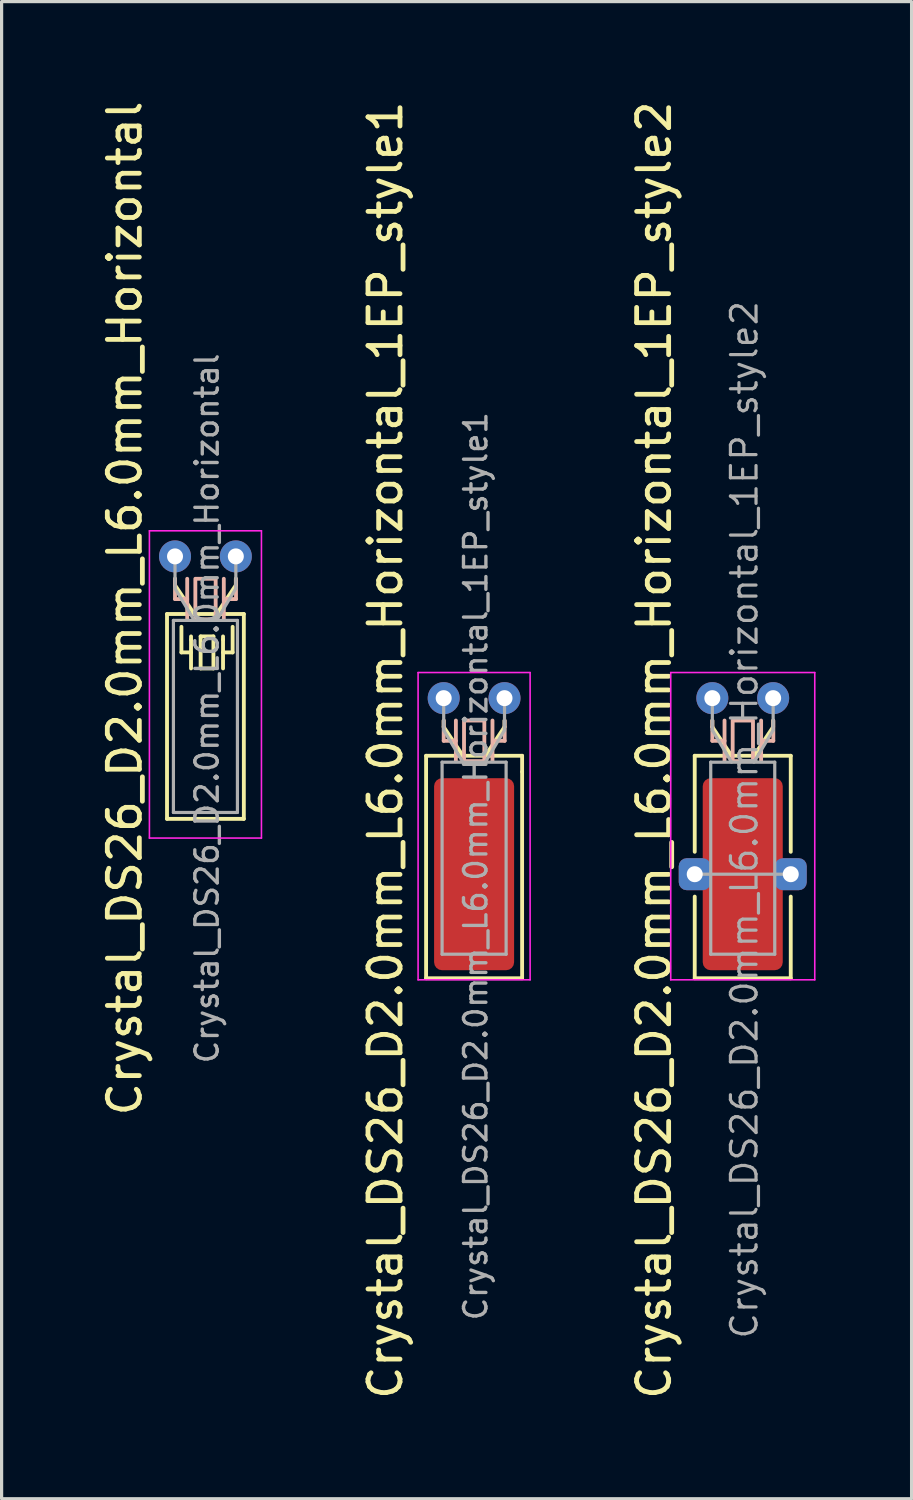
<source format=kicad_pcb>
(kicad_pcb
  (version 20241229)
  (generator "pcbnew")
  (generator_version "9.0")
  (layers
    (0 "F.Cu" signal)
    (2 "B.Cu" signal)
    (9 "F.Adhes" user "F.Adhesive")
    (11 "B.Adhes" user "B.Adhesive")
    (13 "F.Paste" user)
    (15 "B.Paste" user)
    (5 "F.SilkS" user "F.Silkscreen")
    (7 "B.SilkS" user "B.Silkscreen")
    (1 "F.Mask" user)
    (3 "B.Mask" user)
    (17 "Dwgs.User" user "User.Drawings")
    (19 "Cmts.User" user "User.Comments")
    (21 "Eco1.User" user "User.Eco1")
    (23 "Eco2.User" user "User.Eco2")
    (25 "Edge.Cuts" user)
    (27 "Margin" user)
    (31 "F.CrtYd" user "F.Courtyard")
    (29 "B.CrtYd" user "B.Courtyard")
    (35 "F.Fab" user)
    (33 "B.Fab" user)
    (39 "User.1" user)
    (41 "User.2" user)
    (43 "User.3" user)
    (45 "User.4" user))
  (footprint "Crystal_DS26_D2.0mm_L6.0mm_Horizontal_1EP_style1"
    (layer "F.Cu")
    (at 10.812 18.762)
    (property "Reference" "Crystal_DS26_D2.0mm_L6.0mm_Horizontal_1EP_style1" (at -1.82 1.625 90) (layer "F.SilkS") (effects (font (size 1 1) (thickness 0.15))))
    (attr through_hole)
    (fp_line (start -0.55 1.8) (end 2.45 1.8) (stroke (width 0.12) (type solid)) (layer "F.SilkS"))
    (fp_line (start -0.55 8.75) (end -0.55 1.8) (stroke (width 0.12) (type solid)) (layer "F.SilkS"))
    (fp_line (start -0.55 8.75) (end 2.45 8.75) (stroke (width 0.12) (type solid)) (layer "F.SilkS"))
    (fp_line (start 0 0.9) (end 0 0.7) (stroke (width 0.12) (type solid)) (layer "F.SilkS"))
    (fp_line (start 0.6 1.8) (end 0 0.9) (stroke (width 0.12) (type solid)) (layer "F.SilkS"))
    (fp_line (start 1.3 1.8) (end 1.9 0.9) (stroke (width 0.12) (type solid)) (layer "F.SilkS"))
    (fp_line (start 1.9 0.9) (end 1.9 0.7) (stroke (width 0.12) (type solid)) (layer "F.SilkS"))
    (fp_line (start 2.45 1.8) (end 2.45 2.3) (stroke (width 0.12) (type solid)) (layer "F.SilkS"))
    (fp_line (start 2.45 8.75) (end 2.45 2.3) (stroke (width 0.12) (type solid)) (layer "F.SilkS"))
    (fp_line (start 0 1.333) (end 0 0.699) (stroke (width 0.12) (type solid)) (layer "B.SilkS"))
    (fp_line (start 0.254 1.333) (end 0 1.333) (stroke (width 0.12) (type solid)) (layer "B.SilkS"))
    (fp_line (start 0.381 0.699) (end 0.381 1.968) (stroke (width 0.12) (type solid)) (layer "B.SilkS"))
    (fp_line (start 0.381 1.333) (end 0.254 1.333) (stroke (width 0.12) (type solid)) (layer "B.SilkS"))
    (fp_line (start 1.524 0.699) (end 1.524 1.968) (stroke (width 0.12) (type solid)) (layer "B.SilkS"))
    (fp_line (start 1.651 1.333) (end 1.587 1.333) (stroke (width 0.12) (type solid)) (layer "B.SilkS"))
    (fp_line (start 1.651 1.333) (end 1.905 1.333) (stroke (width 0.12) (type solid)) (layer "B.SilkS"))
    (fp_line (start 1.905 1.333) (end 1.905 0.699) (stroke (width 0.12) (type solid)) (layer "B.SilkS"))
    (fp_rect (start 0.635 0.699) (end 1.27 1.968) (stroke (width 0.12) (type solid)) (fill no) (layer "B.SilkS"))
    (fp_line (start -0.8 -0.8) (end -0.8 8.8) (stroke (width 0.05) (type solid)) (layer "F.CrtYd"))
    (fp_line (start -0.8 8.8) (end 2.7 8.8) (stroke (width 0.05) (type solid)) (layer "F.CrtYd"))
    (fp_line (start 2.7 -0.8) (end -0.8 -0.8) (stroke (width 0.05) (type solid)) (layer "F.CrtYd"))
    (fp_line (start 2.7 8.8) (end 2.7 -0.8) (stroke (width 0.05) (type solid)) (layer "F.CrtYd"))
    (fp_line (start -0.05 2) (end -0.05 8) (stroke (width 0.1) (type solid)) (layer "F.Fab"))
    (fp_line (start -0.05 8) (end 1.95 8) (stroke (width 0.1) (type solid)) (layer "F.Fab"))
    (fp_line (start 0 1) (end 0 0) (stroke (width 0.1) (type solid)) (layer "F.Fab"))
    (fp_line (start 0.6 2) (end 0 1) (stroke (width 0.1) (type solid)) (layer "F.Fab"))
    (fp_line (start 1.3 2) (end 1.9 1) (stroke (width 0.1) (type solid)) (layer "F.Fab"))
    (fp_line (start 1.9 1) (end 1.9 0) (stroke (width 0.1) (type solid)) (layer "F.Fab"))
    (fp_line (start 1.95 2) (end -0.05 2) (stroke (width 0.1) (type solid)) (layer "F.Fab"))
    (fp_line (start 1.95 8) (end 1.95 2) (stroke (width 0.1) (type solid)) (layer "F.Fab"))
    (fp_text user "${REFERENCE}" (at 1 5.25 90) (layer "F.Fab") (effects (font (size 0.7 0.7) (thickness 0.105))))
    (pad "1" thru_hole circle (at 0 0) (size 1 1) (drill 0.5) (layers "*.Cu" "*.Mask"))
    (pad "2" thru_hole circle (at 1.9 0) (size 1 1) (drill 0.5) (layers "*.Cu" "*.Mask"))
    (pad "3" smd roundrect (at 0.95 5.5) (size 2.5 6) (layers "F.Cu" "F.Mask" "F.Paste") (roundrect_rratio 0.1)))
  (footprint "Crystal_DS26_D2.0mm_L6.0mm_Horizontal"
    (layer "F.Cu")
    (at 2.418 14.333)
    (property "Reference" "Crystal_DS26_D2.0mm_L6.0mm_Horizontal" (at -1.57 1.625 90) (layer "F.SilkS") (effects (font (size 1 1) (thickness 0.15))))
    (attr through_hole)
    (fp_line (start -0.25 1.8) (end -0.25 8.2) (stroke (width 0.12) (type solid)) (layer "F.SilkS"))
    (fp_line (start -0.25 8.2) (end 2.15 8.2) (stroke (width 0.12) (type solid)) (layer "F.SilkS"))
    (fp_line (start 0 0.9) (end 0 0.7) (stroke (width 0.12) (type solid)) (layer "F.SilkS"))
    (fp_line (start 0.2 3) (end 0.2 2.2) (stroke (width 0.12) (type solid)) (layer "F.SilkS"))
    (fp_line (start 0.5 2.6) (end 0.5 2.5) (stroke (width 0.12) (type solid)) (layer "F.SilkS"))
    (fp_line (start 0.5 3) (end 0.2 3) (stroke (width 0.12) (type solid)) (layer "F.SilkS"))
    (fp_line (start 0.5 3.5) (end 0.5 2.6) (stroke (width 0.12) (type solid)) (layer "F.SilkS"))
    (fp_line (start 0.6 1.8) (end 0 0.9) (stroke (width 0.12) (type solid)) (layer "F.SilkS"))
    (fp_line (start 0.8 2.5) (end 0.8 3.5) (stroke (width 0.12) (type solid)) (layer "F.SilkS"))
    (fp_line (start 0.8 3.5) (end 1.2 3.5) (stroke (width 0.12) (type solid)) (layer "F.SilkS"))
    (fp_line (start 1.2 2.5) (end 0.8 2.5) (stroke (width 0.12) (type solid)) (layer "F.SilkS"))
    (fp_line (start 1.2 3.5) (end 1.2 2.5) (stroke (width 0.12) (type solid)) (layer "F.SilkS"))
    (fp_line (start 1.3 1.8) (end 1.9 0.9) (stroke (width 0.12) (type solid)) (layer "F.SilkS"))
    (fp_line (start 1.5 2.6) (end 1.5 2.5) (stroke (width 0.12) (type solid)) (layer "F.SilkS"))
    (fp_line (start 1.5 3) (end 1.8 3) (stroke (width 0.12) (type solid)) (layer "F.SilkS"))
    (fp_line (start 1.5 3.5) (end 1.5 2.6) (stroke (width 0.12) (type solid)) (layer "F.SilkS"))
    (fp_line (start 1.8 3) (end 1.8 2.2) (stroke (width 0.12) (type solid)) (layer "F.SilkS"))
    (fp_line (start 1.9 0.9) (end 1.9 0.7) (stroke (width 0.12) (type solid)) (layer "F.SilkS"))
    (fp_line (start 2.15 1.8) (end -0.25 1.8) (stroke (width 0.12) (type solid)) (layer "F.SilkS"))
    (fp_line (start 2.15 8.2) (end 2.15 1.8) (stroke (width 0.12) (type solid)) (layer "F.SilkS"))
    (fp_line (start 0 1.333) (end 0 0.699) (stroke (width 0.12) (type solid)) (layer "B.SilkS"))
    (fp_line (start 0.254 1.333) (end 0 1.333) (stroke (width 0.12) (type solid)) (layer "B.SilkS"))
    (fp_line (start 0.381 0.699) (end 0.381 1.968) (stroke (width 0.12) (type solid)) (layer "B.SilkS"))
    (fp_line (start 0.381 1.333) (end 0.254 1.333) (stroke (width 0.12) (type solid)) (layer "B.SilkS"))
    (fp_line (start 1.524 0.699) (end 1.524 1.968) (stroke (width 0.12) (type solid)) (layer "B.SilkS"))
    (fp_line (start 1.651 1.333) (end 1.587 1.333) (stroke (width 0.12) (type solid)) (layer "B.SilkS"))
    (fp_line (start 1.651 1.333) (end 1.905 1.333) (stroke (width 0.12) (type solid)) (layer "B.SilkS"))
    (fp_line (start 1.905 1.333) (end 1.905 0.699) (stroke (width 0.12) (type solid)) (layer "B.SilkS"))
    (fp_rect (start 0.635 0.699) (end 1.27 1.968) (stroke (width 0.12) (type solid)) (fill no) (layer "B.SilkS"))
    (fp_line (start -0.8 -0.8) (end -0.8 8.8) (stroke (width 0.05) (type solid)) (layer "F.CrtYd"))
    (fp_line (start -0.8 8.8) (end 2.7 8.8) (stroke (width 0.05) (type solid)) (layer "F.CrtYd"))
    (fp_line (start 2.7 -0.8) (end -0.8 -0.8) (stroke (width 0.05) (type solid)) (layer "F.CrtYd"))
    (fp_line (start 2.7 8.8) (end 2.7 -0.8) (stroke (width 0.05) (type solid)) (layer "F.CrtYd"))
    (fp_line (start -0.05 2) (end -0.05 8) (stroke (width 0.1) (type solid)) (layer "F.Fab"))
    (fp_line (start -0.05 8) (end 1.95 8) (stroke (width 0.1) (type solid)) (layer "F.Fab"))
    (fp_line (start 0 1) (end 0 0) (stroke (width 0.1) (type solid)) (layer "F.Fab"))
    (fp_line (start 0.6 2) (end 0 1) (stroke (width 0.1) (type solid)) (layer "F.Fab"))
    (fp_line (start 1.3 2) (end 1.9 1) (stroke (width 0.1) (type solid)) (layer "F.Fab"))
    (fp_line (start 1.9 1) (end 1.9 0) (stroke (width 0.1) (type solid)) (layer "F.Fab"))
    (fp_line (start 1.95 2) (end -0.05 2) (stroke (width 0.1) (type solid)) (layer "F.Fab"))
    (fp_line (start 1.95 8) (end 1.95 2) (stroke (width 0.1) (type solid)) (layer "F.Fab"))
    (fp_text user "${REFERENCE}" (at 1 4.75 90) (layer "F.Fab") (effects (font (size 0.7 0.7) (thickness 0.105))))
    (pad "1" thru_hole circle (at 0 0) (size 1 1) (drill 0.5) (layers "*.Cu" "*.Mask"))
    (pad "2" thru_hole circle (at 1.9 0) (size 1 1) (drill 0.5) (layers "*.Cu" "*.Mask")))
  (footprint "Crystal_DS26_D2.0mm_L6.0mm_Horizontal_1EP_style2"
    (layer "F.Cu")
    (at 19.205 18.762)
    (property "Reference" "Crystal_DS26_D2.0mm_L6.0mm_Horizontal_1EP_style2" (at -1.82 1.625 90) (layer "F.SilkS") (effects (font (size 1 1) (thickness 0.15))))
    (attr through_hole)
    (fp_line (start -0.55 1.8) (end 2.45 1.8) (stroke (width 0.12) (type solid)) (layer "F.SilkS"))
    (fp_line (start -0.55 4.8) (end -0.55 1.8) (stroke (width 0.12) (type solid)) (layer "F.SilkS"))
    (fp_line (start -0.55 6.2) (end -0.55 8.75) (stroke (width 0.12) (type solid)) (layer "F.SilkS"))
    (fp_line (start -0.55 8.75) (end 2.45 8.75) (stroke (width 0.12) (type solid)) (layer "F.SilkS"))
    (fp_line (start 0 0.9) (end 0 0.7) (stroke (width 0.12) (type solid)) (layer "F.SilkS"))
    (fp_line (start 0.6 1.8) (end 0 0.9) (stroke (width 0.12) (type solid)) (layer "F.SilkS"))
    (fp_line (start 1.3 1.8) (end 1.9 0.9) (stroke (width 0.12) (type solid)) (layer "F.SilkS"))
    (fp_line (start 1.9 0.9) (end 1.9 0.7) (stroke (width 0.12) (type solid)) (layer "F.SilkS"))
    (fp_line (start 2.45 1.8) (end 2.45 4.8) (stroke (width 0.12) (type solid)) (layer "F.SilkS"))
    (fp_line (start 2.45 8.75) (end 2.45 6.2) (stroke (width 0.12) (type solid)) (layer "F.SilkS"))
    (fp_line (start 0 1.333) (end 0 0.699) (stroke (width 0.12) (type solid)) (layer "B.SilkS"))
    (fp_line (start 0.254 1.333) (end 0 1.333) (stroke (width 0.12) (type solid)) (layer "B.SilkS"))
    (fp_line (start 0.381 0.699) (end 0.381 1.968) (stroke (width 0.12) (type solid)) (layer "B.SilkS"))
    (fp_line (start 0.381 1.333) (end 0.254 1.333) (stroke (width 0.12) (type solid)) (layer "B.SilkS"))
    (fp_line (start 1.524 0.699) (end 1.524 1.968) (stroke (width 0.12) (type solid)) (layer "B.SilkS"))
    (fp_line (start 1.651 1.333) (end 1.587 1.333) (stroke (width 0.12) (type solid)) (layer "B.SilkS"))
    (fp_line (start 1.651 1.333) (end 1.905 1.333) (stroke (width 0.12) (type solid)) (layer "B.SilkS"))
    (fp_line (start 1.905 1.333) (end 1.905 0.699) (stroke (width 0.12) (type solid)) (layer "B.SilkS"))
    (fp_rect (start 0.635 0.699) (end 1.27 1.968) (stroke (width 0.12) (type solid)) (fill no) (layer "B.SilkS"))
    (fp_line (start -1.3 -0.8) (end -1.3 8.8) (stroke (width 0.05) (type solid)) (layer "F.CrtYd"))
    (fp_line (start -1.3 8.8) (end 3.2 8.8) (stroke (width 0.05) (type solid)) (layer "F.CrtYd"))
    (fp_line (start 3.2 -0.8) (end -1.3 -0.8) (stroke (width 0.05) (type solid)) (layer "F.CrtYd"))
    (fp_line (start 3.2 8.8) (end 3.2 -0.8) (stroke (width 0.05) (type solid)) (layer "F.CrtYd"))
    (fp_line (start -0.55 5.5) (end 2.45 5.5) (stroke (width 0.1) (type solid)) (layer "F.Fab"))
    (fp_line (start -0.05 2) (end -0.05 8) (stroke (width 0.1) (type solid)) (layer "F.Fab"))
    (fp_line (start -0.05 8) (end 1.95 8) (stroke (width 0.1) (type solid)) (layer "F.Fab"))
    (fp_line (start 0 1) (end 0 0) (stroke (width 0.1) (type solid)) (layer "F.Fab"))
    (fp_line (start 0.6 2) (end 0 1) (stroke (width 0.1) (type solid)) (layer "F.Fab"))
    (fp_line (start 1.3 2) (end 1.9 1) (stroke (width 0.1) (type solid)) (layer "F.Fab"))
    (fp_line (start 1.9 1) (end 1.9 0) (stroke (width 0.1) (type solid)) (layer "F.Fab"))
    (fp_line (start 1.95 2) (end -0.05 2) (stroke (width 0.1) (type solid)) (layer "F.Fab"))
    (fp_line (start 1.95 8) (end 1.95 2) (stroke (width 0.1) (type solid)) (layer "F.Fab"))
    (fp_text user "${REFERENCE}" (at 1 3.8 90) (layer "F.Fab") (effects (font (size 0.8 0.8) (thickness 0.1))))
    (pad "1" thru_hole circle (at 0 0) (size 1 1) (drill 0.5) (layers "*.Cu" "*.Mask"))
    (pad "2" thru_hole circle (at 1.9 0) (size 1 1) (drill 0.5) (layers "*.Cu" "*.Mask"))
    (pad "3" thru_hole roundrect (at -0.55 5.5) (size 1 1) (drill 0.5) (layers "*.Cu" "*.Mask") (roundrect_rratio 0.25))
    (pad "3" smd roundrect (at 0.95 5.5) (size 2.5 6) (layers "F.Cu" "F.Mask" "F.Paste") (roundrect_rratio 0.1))
    (pad "3" thru_hole roundrect (at 2.45 5.5) (size 1 1) (drill 0.5) (layers "*.Cu" "*.Mask") (roundrect_rratio 0.25)))
  (gr_rect
    (start -3 -3)
    (end 25.43 43.774)
    (stroke (width 0.1) (type default))
    (fill no)
    (layer "Edge.Cuts")))
</source>
